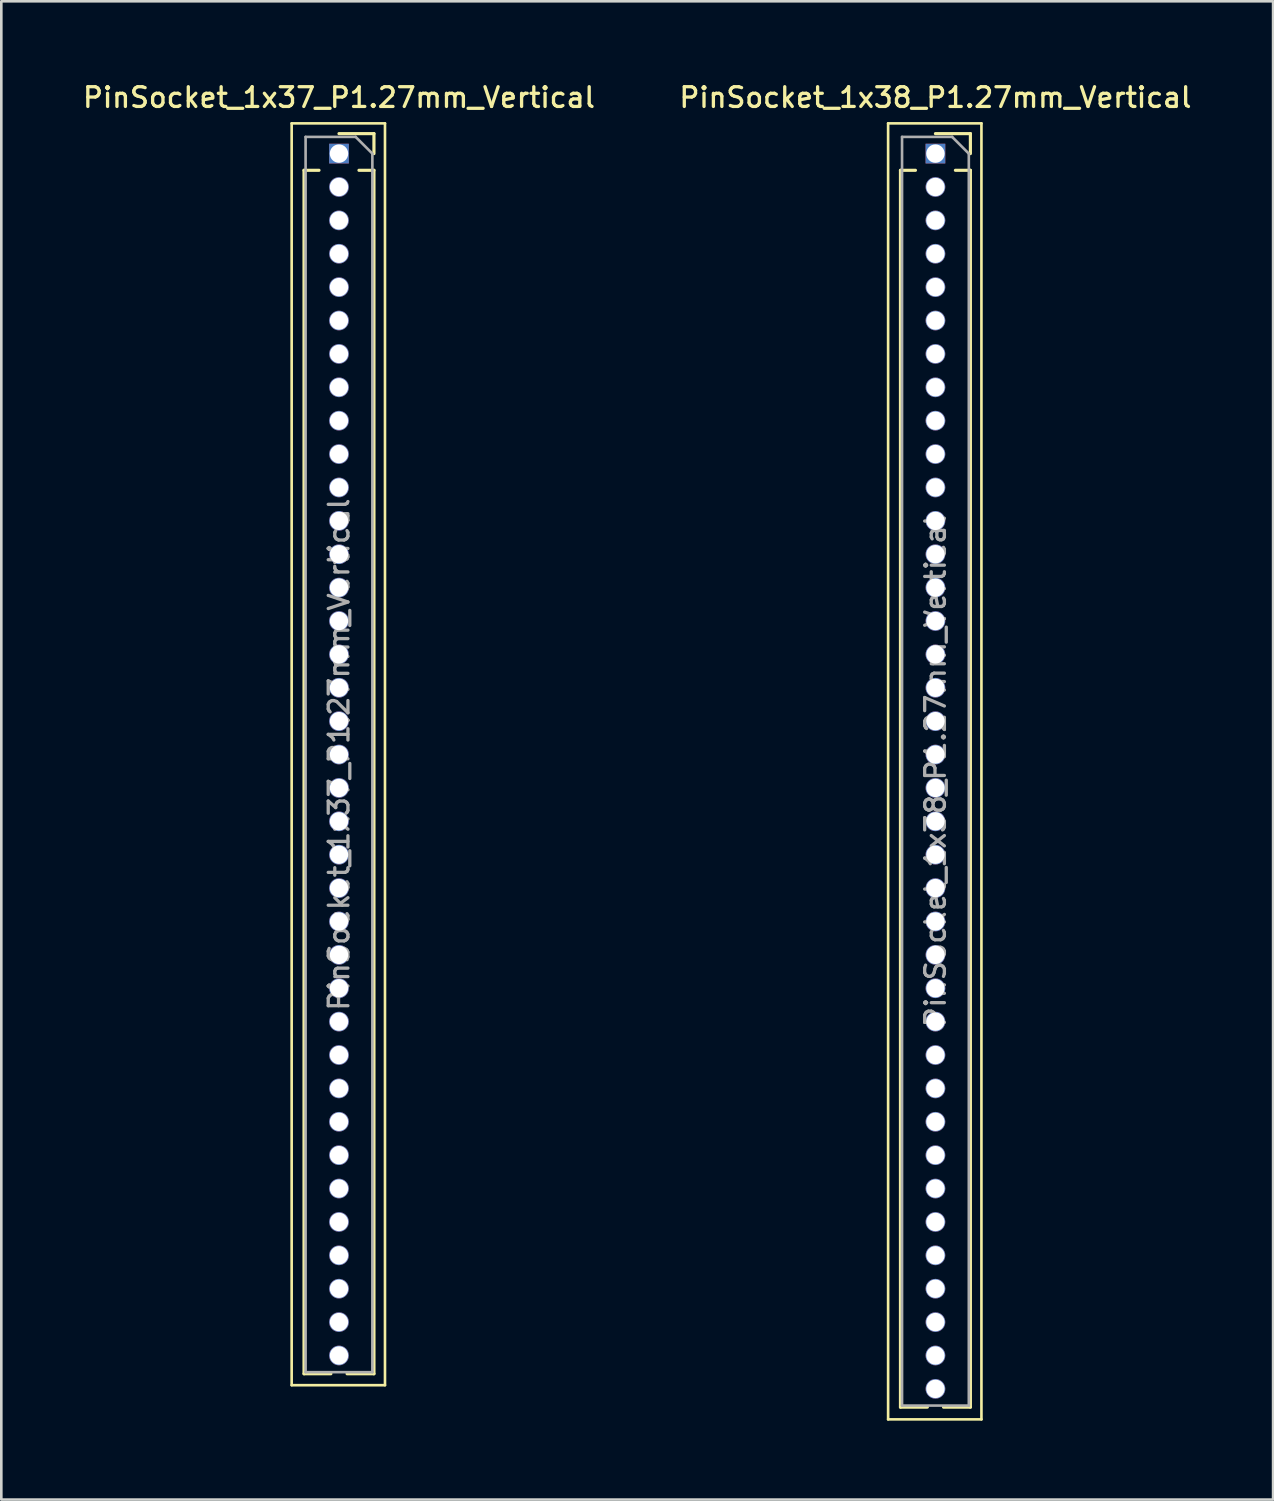
<source format=kicad_pcb>
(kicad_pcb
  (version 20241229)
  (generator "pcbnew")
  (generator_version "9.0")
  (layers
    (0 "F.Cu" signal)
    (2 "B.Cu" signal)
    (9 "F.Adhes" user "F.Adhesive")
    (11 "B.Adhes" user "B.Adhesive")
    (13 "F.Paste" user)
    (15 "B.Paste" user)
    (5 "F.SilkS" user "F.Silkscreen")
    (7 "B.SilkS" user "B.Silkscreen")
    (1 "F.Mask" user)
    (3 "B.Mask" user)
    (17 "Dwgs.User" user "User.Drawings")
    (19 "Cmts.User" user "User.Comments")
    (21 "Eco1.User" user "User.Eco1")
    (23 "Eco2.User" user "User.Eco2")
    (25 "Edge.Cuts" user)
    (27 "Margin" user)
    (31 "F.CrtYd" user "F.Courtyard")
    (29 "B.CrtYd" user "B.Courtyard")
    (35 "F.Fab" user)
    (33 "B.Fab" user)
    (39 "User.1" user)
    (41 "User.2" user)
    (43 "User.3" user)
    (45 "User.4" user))
  (footprint "PinSocket_1x38_P1.27mm_Vertical"
    (layer "F.Cu")
    (at 32.534 2.793)
    (property "Reference" "PinSocket_1x38_P1.27mm_Vertical" (at 0 -2.135 0) (layer "F.SilkS") (effects (font (size 0.75 0.75) (thickness 0.125))))
    (attr through_hole)
    (fp_line (start -1.8 -1.15) (end 1.75 -1.15) (stroke (width 0.1) (type solid)) (layer "F.SilkS"))
    (fp_line (start -1.8 48.15) (end -1.8 -1.15) (stroke (width 0.1) (type solid)) (layer "F.SilkS"))
    (fp_line (start -1.33 0.635) (end -1.33 47.685) (stroke (width 0.12) (type solid)) (layer "F.SilkS"))
    (fp_line (start -1.33 0.635) (end -0.76 0.635) (stroke (width 0.12) (type solid)) (layer "F.SilkS"))
    (fp_line (start -1.33 47.685) (end -0.308 47.685) (stroke (width 0.12) (type solid)) (layer "F.SilkS"))
    (fp_line (start 0 -0.76) (end 1.33 -0.76) (stroke (width 0.12) (type solid)) (layer "F.SilkS"))
    (fp_line (start 0.308 47.685) (end 1.33 47.685) (stroke (width 0.12) (type solid)) (layer "F.SilkS"))
    (fp_line (start 0.76 0.635) (end 1.33 0.635) (stroke (width 0.12) (type solid)) (layer "F.SilkS"))
    (fp_line (start 1.33 -0.76) (end 1.33 0) (stroke (width 0.12) (type solid)) (layer "F.SilkS"))
    (fp_line (start 1.33 0.635) (end 1.33 47.685) (stroke (width 0.12) (type solid)) (layer "F.SilkS"))
    (fp_line (start 1.75 -1.15) (end 1.75 48.15) (stroke (width 0.1) (type solid)) (layer "F.SilkS"))
    (fp_line (start 1.75 48.15) (end -1.8 48.15) (stroke (width 0.1) (type solid)) (layer "F.SilkS"))
    (fp_line (start -1.27 -0.635) (end 0.635 -0.635) (stroke (width 0.1) (type solid)) (layer "F.Fab"))
    (fp_line (start -1.27 47.625) (end -1.27 -0.635) (stroke (width 0.1) (type solid)) (layer "F.Fab"))
    (fp_line (start 0.635 -0.635) (end 1.27 0) (stroke (width 0.1) (type solid)) (layer "F.Fab"))
    (fp_line (start 1.27 0) (end 1.27 47.625) (stroke (width 0.1) (type solid)) (layer "F.Fab"))
    (fp_line (start 1.27 47.625) (end -1.27 47.625) (stroke (width 0.1) (type solid)) (layer "F.Fab"))
    (fp_text user "${REFERENCE}" (at 0 23.495 90) (layer "F.Fab") (effects (font (size 0.75 0.75) (thickness 0.125))))
    (pad "1" thru_hole rect (at 0 0) (size 0.75 0.75) (drill 0.7) (layers "*.Cu" "*.Mask"))
    (pad "2" thru_hole oval (at 0 1.27) (size 0.75 0.75) (drill 0.7) (layers "*.Cu" "*.Mask"))
    (pad "3" thru_hole oval (at 0 2.54) (size 0.75 0.75) (drill 0.7) (layers "*.Cu" "*.Mask"))
    (pad "4" thru_hole oval (at 0 3.81) (size 0.75 0.75) (drill 0.7) (layers "*.Cu" "*.Mask"))
    (pad "5" thru_hole oval (at 0 5.08) (size 0.75 0.75) (drill 0.7) (layers "*.Cu" "*.Mask"))
    (pad "6" thru_hole oval (at 0 6.35) (size 0.75 0.75) (drill 0.7) (layers "*.Cu" "*.Mask"))
    (pad "7" thru_hole oval (at 0 7.62) (size 0.75 0.75) (drill 0.7) (layers "*.Cu" "*.Mask"))
    (pad "8" thru_hole oval (at 0 8.89) (size 0.75 0.75) (drill 0.7) (layers "*.Cu" "*.Mask"))
    (pad "9" thru_hole oval (at 0 10.16) (size 0.75 0.75) (drill 0.7) (layers "*.Cu" "*.Mask"))
    (pad "10" thru_hole oval (at 0 11.43) (size 0.75 0.75) (drill 0.7) (layers "*.Cu" "*.Mask"))
    (pad "11" thru_hole oval (at 0 12.7) (size 0.75 0.75) (drill 0.7) (layers "*.Cu" "*.Mask"))
    (pad "12" thru_hole oval (at 0 13.97) (size 0.75 0.75) (drill 0.7) (layers "*.Cu" "*.Mask"))
    (pad "13" thru_hole oval (at 0 15.24) (size 0.75 0.75) (drill 0.7) (layers "*.Cu" "*.Mask"))
    (pad "14" thru_hole oval (at 0 16.51) (size 0.75 0.75) (drill 0.7) (layers "*.Cu" "*.Mask"))
    (pad "15" thru_hole oval (at 0 17.78) (size 0.75 0.75) (drill 0.7) (layers "*.Cu" "*.Mask"))
    (pad "16" thru_hole oval (at 0 19.05) (size 0.75 0.75) (drill 0.7) (layers "*.Cu" "*.Mask"))
    (pad "17" thru_hole oval (at 0 20.32) (size 0.75 0.75) (drill 0.7) (layers "*.Cu" "*.Mask"))
    (pad "18" thru_hole oval (at 0 21.59) (size 0.75 0.75) (drill 0.7) (layers "*.Cu" "*.Mask"))
    (pad "19" thru_hole oval (at 0 22.86) (size 0.75 0.75) (drill 0.7) (layers "*.Cu" "*.Mask"))
    (pad "20" thru_hole oval (at 0 24.13) (size 0.75 0.75) (drill 0.7) (layers "*.Cu" "*.Mask"))
    (pad "21" thru_hole oval (at 0 25.4) (size 0.75 0.75) (drill 0.7) (layers "*.Cu" "*.Mask"))
    (pad "22" thru_hole oval (at 0 26.67) (size 0.75 0.75) (drill 0.7) (layers "*.Cu" "*.Mask"))
    (pad "23" thru_hole oval (at 0 27.94) (size 0.75 0.75) (drill 0.7) (layers "*.Cu" "*.Mask"))
    (pad "24" thru_hole oval (at 0 29.21) (size 0.75 0.75) (drill 0.7) (layers "*.Cu" "*.Mask"))
    (pad "25" thru_hole oval (at 0 30.48) (size 0.75 0.75) (drill 0.7) (layers "*.Cu" "*.Mask"))
    (pad "26" thru_hole oval (at 0 31.75) (size 0.75 0.75) (drill 0.7) (layers "*.Cu" "*.Mask"))
    (pad "27" thru_hole oval (at 0 33.02) (size 0.75 0.75) (drill 0.7) (layers "*.Cu" "*.Mask"))
    (pad "28" thru_hole oval (at 0 34.29) (size 0.75 0.75) (drill 0.7) (layers "*.Cu" "*.Mask"))
    (pad "29" thru_hole oval (at 0 35.56) (size 0.75 0.75) (drill 0.7) (layers "*.Cu" "*.Mask"))
    (pad "30" thru_hole oval (at 0 36.83) (size 0.75 0.75) (drill 0.7) (layers "*.Cu" "*.Mask"))
    (pad "31" thru_hole oval (at 0 38.1) (size 0.75 0.75) (drill 0.7) (layers "*.Cu" "*.Mask"))
    (pad "32" thru_hole oval (at 0 39.37) (size 0.75 0.75) (drill 0.7) (layers "*.Cu" "*.Mask"))
    (pad "33" thru_hole oval (at 0 40.64) (size 0.75 0.75) (drill 0.7) (layers "*.Cu" "*.Mask"))
    (pad "34" thru_hole oval (at 0 41.91) (size 0.75 0.75) (drill 0.7) (layers "*.Cu" "*.Mask"))
    (pad "35" thru_hole oval (at 0 43.18) (size 0.75 0.75) (drill 0.7) (layers "*.Cu" "*.Mask"))
    (pad "36" thru_hole oval (at 0 44.45) (size 0.75 0.75) (drill 0.7) (layers "*.Cu" "*.Mask"))
    (pad "37" thru_hole oval (at 0 45.72) (size 0.75 0.75) (drill 0.7) (layers "*.Cu" "*.Mask"))
    (pad "38" thru_hole oval (at 0 46.99) (size 0.75 0.75) (drill 0.7) (layers "*.Cu" "*.Mask")))
  (footprint "PinSocket_1x37_P1.27mm_Vertical"
    (layer "F.Cu")
    (at 9.845 2.793)
    (property "Reference" "PinSocket_1x37_P1.27mm_Vertical" (at 0 -2.135 0) (layer "F.SilkS") (effects (font (size 0.75 0.75) (thickness 0.125))))
    (attr through_hole)
    (fp_line (start -1.8 -1.15) (end 1.75 -1.15) (stroke (width 0.1) (type solid)) (layer "F.SilkS"))
    (fp_line (start -1.8 46.85) (end -1.8 -1.15) (stroke (width 0.1) (type solid)) (layer "F.SilkS"))
    (fp_line (start -1.33 0.635) (end -1.33 46.415) (stroke (width 0.12) (type solid)) (layer "F.SilkS"))
    (fp_line (start -1.33 0.635) (end -0.76 0.635) (stroke (width 0.12) (type solid)) (layer "F.SilkS"))
    (fp_line (start -1.33 46.415) (end -0.308 46.415) (stroke (width 0.12) (type solid)) (layer "F.SilkS"))
    (fp_line (start 0 -0.76) (end 1.33 -0.76) (stroke (width 0.12) (type solid)) (layer "F.SilkS"))
    (fp_line (start 0.308 46.415) (end 1.33 46.415) (stroke (width 0.12) (type solid)) (layer "F.SilkS"))
    (fp_line (start 0.76 0.635) (end 1.33 0.635) (stroke (width 0.12) (type solid)) (layer "F.SilkS"))
    (fp_line (start 1.33 -0.76) (end 1.33 0) (stroke (width 0.12) (type solid)) (layer "F.SilkS"))
    (fp_line (start 1.33 0.635) (end 1.33 46.415) (stroke (width 0.12) (type solid)) (layer "F.SilkS"))
    (fp_line (start 1.75 -1.15) (end 1.75 46.85) (stroke (width 0.1) (type solid)) (layer "F.SilkS"))
    (fp_line (start 1.75 46.85) (end -1.8 46.85) (stroke (width 0.1) (type solid)) (layer "F.SilkS"))
    (fp_line (start -1.27 -0.635) (end 0.635 -0.635) (stroke (width 0.1) (type solid)) (layer "F.Fab"))
    (fp_line (start -1.27 46.355) (end -1.27 -0.635) (stroke (width 0.1) (type solid)) (layer "F.Fab"))
    (fp_line (start 0.635 -0.635) (end 1.27 0) (stroke (width 0.1) (type solid)) (layer "F.Fab"))
    (fp_line (start 1.27 0) (end 1.27 46.355) (stroke (width 0.1) (type solid)) (layer "F.Fab"))
    (fp_line (start 1.27 46.355) (end -1.27 46.355) (stroke (width 0.1) (type solid)) (layer "F.Fab"))
    (fp_text user "${REFERENCE}" (at 0 22.86 90) (layer "F.Fab") (effects (font (size 0.75 0.75) (thickness 0.125))))
    (pad "1" thru_hole rect (at 0 0) (size 0.75 0.75) (drill 0.7) (layers "*.Cu" "*.Mask"))
    (pad "2" thru_hole oval (at 0 1.27) (size 0.75 0.75) (drill 0.7) (layers "*.Cu" "*.Mask"))
    (pad "3" thru_hole oval (at 0 2.54) (size 0.75 0.75) (drill 0.7) (layers "*.Cu" "*.Mask"))
    (pad "4" thru_hole oval (at 0 3.81) (size 0.75 0.75) (drill 0.7) (layers "*.Cu" "*.Mask"))
    (pad "5" thru_hole oval (at 0 5.08) (size 0.75 0.75) (drill 0.7) (layers "*.Cu" "*.Mask"))
    (pad "6" thru_hole oval (at 0 6.35) (size 0.75 0.75) (drill 0.7) (layers "*.Cu" "*.Mask"))
    (pad "7" thru_hole oval (at 0 7.62) (size 0.75 0.75) (drill 0.7) (layers "*.Cu" "*.Mask"))
    (pad "8" thru_hole oval (at 0 8.89) (size 0.75 0.75) (drill 0.7) (layers "*.Cu" "*.Mask"))
    (pad "9" thru_hole oval (at 0 10.16) (size 0.75 0.75) (drill 0.7) (layers "*.Cu" "*.Mask"))
    (pad "10" thru_hole oval (at 0 11.43) (size 0.75 0.75) (drill 0.7) (layers "*.Cu" "*.Mask"))
    (pad "11" thru_hole oval (at 0 12.7) (size 0.75 0.75) (drill 0.7) (layers "*.Cu" "*.Mask"))
    (pad "12" thru_hole oval (at 0 13.97) (size 0.75 0.75) (drill 0.7) (layers "*.Cu" "*.Mask"))
    (pad "13" thru_hole oval (at 0 15.24) (size 0.75 0.75) (drill 0.7) (layers "*.Cu" "*.Mask"))
    (pad "14" thru_hole oval (at 0 16.51) (size 0.75 0.75) (drill 0.7) (layers "*.Cu" "*.Mask"))
    (pad "15" thru_hole oval (at 0 17.78) (size 0.75 0.75) (drill 0.7) (layers "*.Cu" "*.Mask"))
    (pad "16" thru_hole oval (at 0 19.05) (size 0.75 0.75) (drill 0.7) (layers "*.Cu" "*.Mask"))
    (pad "17" thru_hole oval (at 0 20.32) (size 0.75 0.75) (drill 0.7) (layers "*.Cu" "*.Mask"))
    (pad "18" thru_hole oval (at 0 21.59) (size 0.75 0.75) (drill 0.7) (layers "*.Cu" "*.Mask"))
    (pad "19" thru_hole oval (at 0 22.86) (size 0.75 0.75) (drill 0.7) (layers "*.Cu" "*.Mask"))
    (pad "20" thru_hole oval (at 0 24.13) (size 0.75 0.75) (drill 0.7) (layers "*.Cu" "*.Mask"))
    (pad "21" thru_hole oval (at 0 25.4) (size 0.75 0.75) (drill 0.7) (layers "*.Cu" "*.Mask"))
    (pad "22" thru_hole oval (at 0 26.67) (size 0.75 0.75) (drill 0.7) (layers "*.Cu" "*.Mask"))
    (pad "23" thru_hole oval (at 0 27.94) (size 0.75 0.75) (drill 0.7) (layers "*.Cu" "*.Mask"))
    (pad "24" thru_hole oval (at 0 29.21) (size 0.75 0.75) (drill 0.7) (layers "*.Cu" "*.Mask"))
    (pad "25" thru_hole oval (at 0 30.48) (size 0.75 0.75) (drill 0.7) (layers "*.Cu" "*.Mask"))
    (pad "26" thru_hole oval (at 0 31.75) (size 0.75 0.75) (drill 0.7) (layers "*.Cu" "*.Mask"))
    (pad "27" thru_hole oval (at 0 33.02) (size 0.75 0.75) (drill 0.7) (layers "*.Cu" "*.Mask"))
    (pad "28" thru_hole oval (at 0 34.29) (size 0.75 0.75) (drill 0.7) (layers "*.Cu" "*.Mask"))
    (pad "29" thru_hole oval (at 0 35.56) (size 0.75 0.75) (drill 0.7) (layers "*.Cu" "*.Mask"))
    (pad "30" thru_hole oval (at 0 36.83) (size 0.75 0.75) (drill 0.7) (layers "*.Cu" "*.Mask"))
    (pad "31" thru_hole oval (at 0 38.1) (size 0.75 0.75) (drill 0.7) (layers "*.Cu" "*.Mask"))
    (pad "32" thru_hole oval (at 0 39.37) (size 0.75 0.75) (drill 0.7) (layers "*.Cu" "*.Mask"))
    (pad "33" thru_hole oval (at 0 40.64) (size 0.75 0.75) (drill 0.7) (layers "*.Cu" "*.Mask"))
    (pad "34" thru_hole oval (at 0 41.91) (size 0.75 0.75) (drill 0.7) (layers "*.Cu" "*.Mask"))
    (pad "35" thru_hole oval (at 0 43.18) (size 0.75 0.75) (drill 0.7) (layers "*.Cu" "*.Mask"))
    (pad "36" thru_hole oval (at 0 44.45) (size 0.75 0.75) (drill 0.7) (layers "*.Cu" "*.Mask"))
    (pad "37" thru_hole oval (at 0 45.72) (size 0.75 0.75) (drill 0.7) (layers "*.Cu" "*.Mask")))
  (gr_rect
    (start -3 -3)
    (end 45.379 53.993)
    (stroke (width 0.1) (type default))
    (fill no)
    (layer "Edge.Cuts")))
</source>
